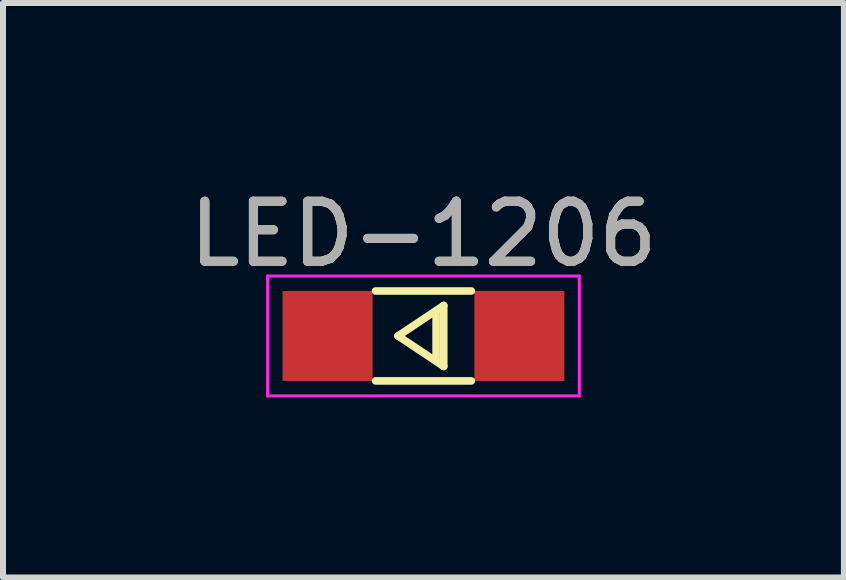
<source format=kicad_pcb>
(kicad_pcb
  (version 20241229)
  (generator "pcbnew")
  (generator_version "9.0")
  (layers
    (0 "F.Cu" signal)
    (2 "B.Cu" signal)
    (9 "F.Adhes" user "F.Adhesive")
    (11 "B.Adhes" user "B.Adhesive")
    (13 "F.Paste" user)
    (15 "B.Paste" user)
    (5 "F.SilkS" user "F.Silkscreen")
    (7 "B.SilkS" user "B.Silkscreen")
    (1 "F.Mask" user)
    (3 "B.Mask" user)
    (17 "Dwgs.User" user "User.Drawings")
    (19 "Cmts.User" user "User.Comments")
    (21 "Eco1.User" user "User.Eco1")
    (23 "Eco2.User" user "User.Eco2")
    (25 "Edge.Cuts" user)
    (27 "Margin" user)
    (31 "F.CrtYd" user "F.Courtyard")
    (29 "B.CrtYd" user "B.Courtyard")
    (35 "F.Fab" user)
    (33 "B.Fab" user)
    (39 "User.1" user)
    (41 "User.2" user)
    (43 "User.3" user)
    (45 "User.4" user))
  (footprint "LED-1206"
    (layer "F.Cu")
    (at 4.006 2.548)
    (property "Reference" "LED-1206" (at 0 -1.7 0) (layer "F.SilkS") (effects (font (size 1 1) (thickness 0.15))))
    (attr smd)
    (fp_line (start -0.798 -0.749) (end 0.798 -0.749) (stroke (width 0.127) (type solid)) (layer "F.SilkS"))
    (fp_line (start -0.798 0.749) (end 0.798 0.749) (stroke (width 0.127) (type solid)) (layer "F.SilkS"))
    (fp_line (start -0.424 0) (end 0.338 -0.508) (stroke (width 0.127) (type solid)) (layer "F.SilkS"))
    (fp_line (start 0.211 -0.381) (end 0.211 0.381) (stroke (width 0.127) (type solid)) (layer "F.SilkS"))
    (fp_line (start 0.338 -0.508) (end 0.338 0.508) (stroke (width 0.127) (type solid)) (layer "F.SilkS"))
    (fp_line (start 0.338 0.508) (end -0.424 0) (stroke (width 0.127) (type solid)) (layer "F.SilkS"))
    (fp_line (start -2.597 -0.999) (end 2.597 -0.999) (stroke (width 0.05) (type solid)) (layer "F.CrtYd"))
    (fp_line (start -2.597 0.999) (end -2.597 -0.999) (stroke (width 0.05) (type solid)) (layer "F.CrtYd"))
    (fp_line (start 2.597 -0.999) (end 2.597 0.999) (stroke (width 0.05) (type solid)) (layer "F.CrtYd"))
    (fp_line (start 2.597 0.999) (end -2.597 0.999) (stroke (width 0.05) (type solid)) (layer "F.CrtYd"))
    (fp_text user "${REFERENCE}" (at 0 -1.7 0) (layer "F.Fab") (effects (font (size 1 1) (thickness 0.15))))
    (pad "1" smd rect (at -1.598 0) (size 1.499 1.499) (layers "F.Cu" "F.Mask" "F.Paste"))
    (pad "2" smd rect (at 1.598 0) (size 1.499 1.499) (layers "F.Cu" "F.Mask" "F.Paste")))
  (gr_rect
    (start -3 -3)
    (end 11.012 6.573)
    (stroke (width 0.1) (type default))
    (fill no)
    (layer "Edge.Cuts")))
</source>
